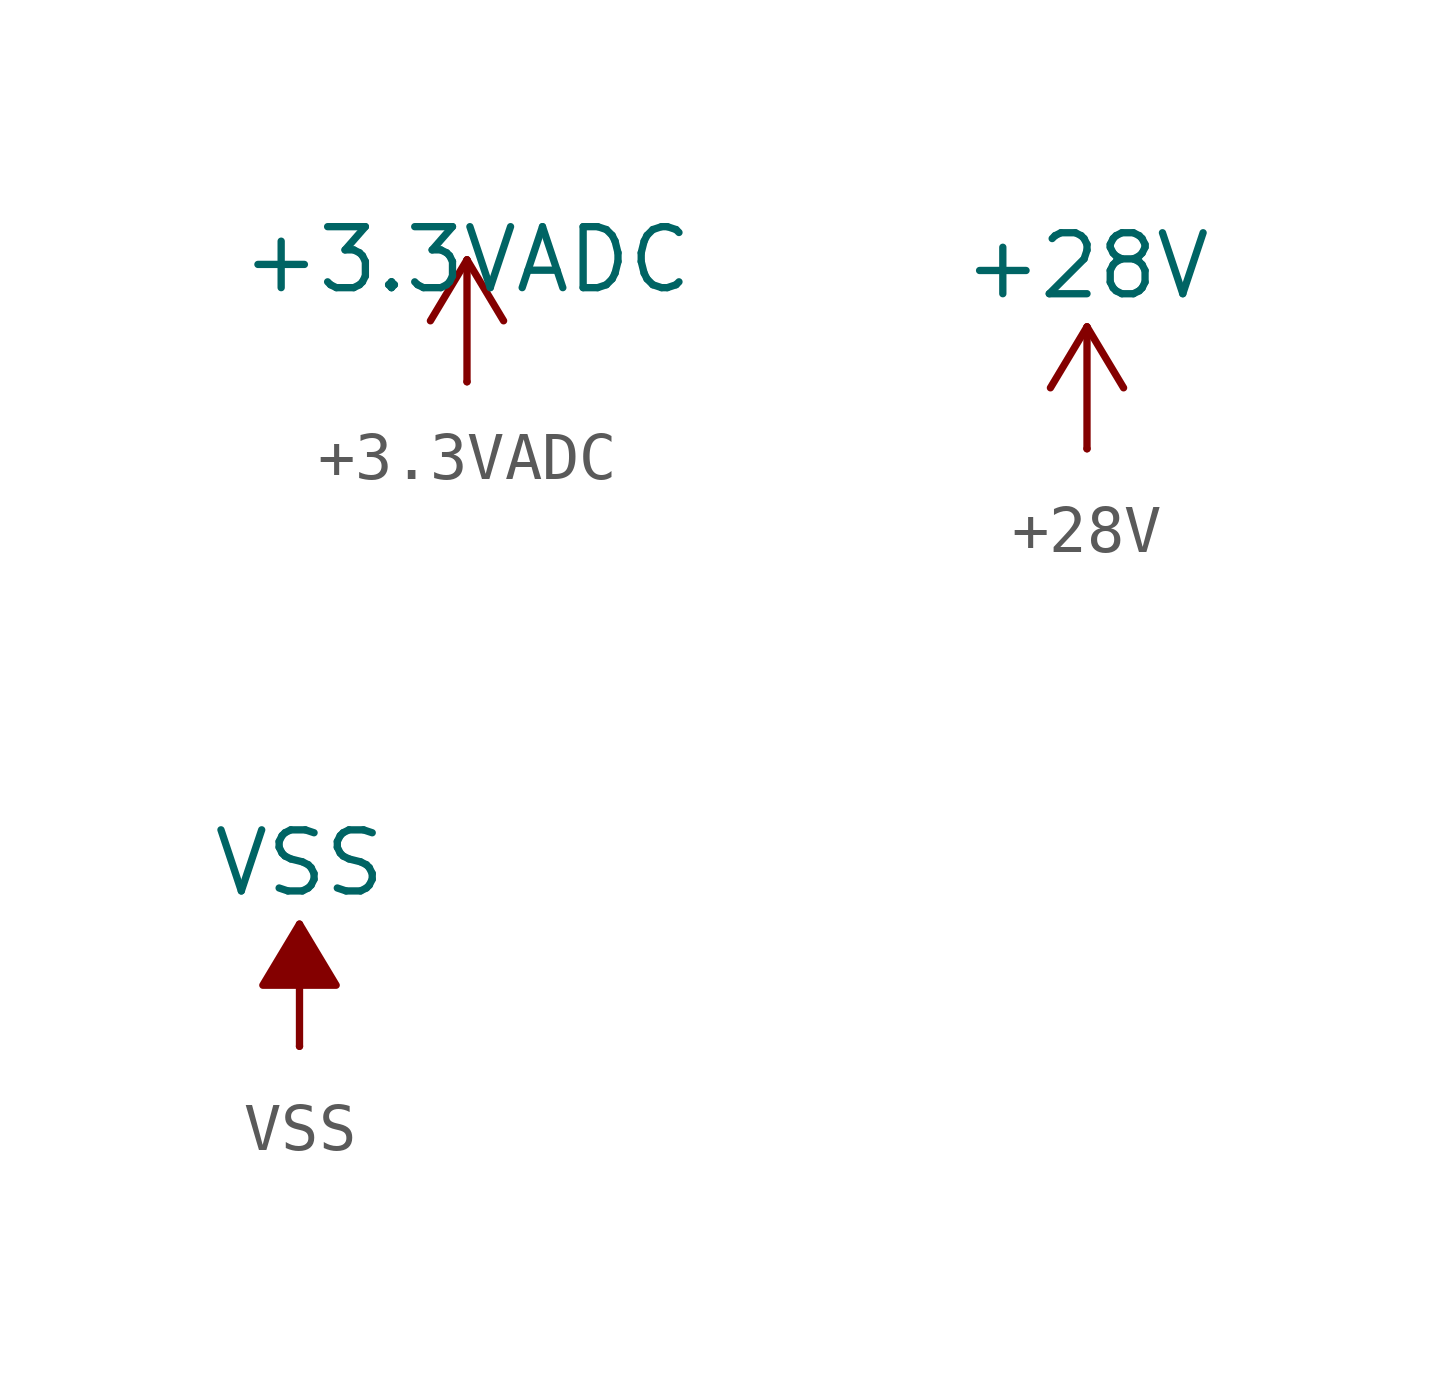
<source format=kicad_sym>
(kicad_symbol_lib
  (version 20231120)
  (generator "kicad_symbol_editor")
  (generator_version "8.0")
  (symbol "+3.3VADC"
    (power)
    (pin_numbers hide)
    (pin_names
      (offset 0) hide)
    (property "Reference" "#PWR"
      (at 3.81 -1.27 0)
      (effects (font (size 1.27 1.27)) (hide yes)))
    (property "Value" "+3.3VADC"
      (at 0 2.54 0)
      (effects (font (size 1.27 1.27))))
    (symbol "+3.3VADC_0_0"
      (pin power_in line (at 0 0 90) (length 0) (name "~" (effects (font (size 1.27 1.27)))) (number "1" (effects (font (size 1.27 1.27))))))
    (symbol "+3.3VADC_0_1"
      (polyline (pts (xy -0.762 1.27) (xy 0 2.54)) (stroke (width 0) (type default)) (fill (type none)))
      (polyline (pts (xy 0 0) (xy 0 2.54)) (stroke (width 0) (type default)) (fill (type none)))
      (polyline (pts (xy 0 2.54) (xy 0.762 1.27)) (stroke (width 0) (type default)) (fill (type none)))))
  (symbol "+28V"
    (power)
    (pin_numbers hide)
    (pin_names
      (offset 0) hide)
    (property "Reference" "#PWR"
      (at 0 -3.81 0)
      (effects (font (size 1.27 1.27)) (hide yes)))
    (property "Value" "+28V"
      (at 0 3.81 0)
      (effects (font (size 1.27 1.27))))
    (symbol "+28V_0_1"
      (polyline (pts (xy -0.762 1.27) (xy 0 2.54)) (stroke (width 0) (type default)) (fill (type none)))
      (polyline (pts (xy 0 0) (xy 0 2.54)) (stroke (width 0) (type default)) (fill (type none)))
      (polyline (pts (xy 0 2.54) (xy 0.762 1.27)) (stroke (width 0) (type default)) (fill (type none))))
    (symbol "+28V_1_1"
      (pin power_in line (at 0 0 90) (length 0) (name "~" (effects (font (size 1.27 1.27)))) (number "1" (effects (font (size 1.27 1.27)))))))
  (symbol "VSS"
    (power)
    (pin_numbers hide)
    (pin_names
      (offset 0) hide)
    (property "Reference" "#PWR"
      (at 0 -3.81 0)
      (effects (font (size 1.27 1.27)) (hide yes)))
    (property "Value" "VSS"
      (at 0 3.81 0)
      (effects (font (size 1.27 1.27))))
    (symbol "VSS_0_1"
      (polyline (pts (xy 0 0) (xy 0 2.54)) (stroke (width 0) (type default)) (fill (type none)))
      (polyline (pts (xy 0.762 1.27) (xy -0.762 1.27) (xy 0 2.54) (xy 0.762 1.27)) (stroke (width 0) (type default)) (fill (type outline))))
    (symbol "VSS_1_1"
      (pin power_in line (at 0 0 90) (length 0) (name "~" (effects (font (size 1.27 1.27)))) (number "1" (effects (font (size 1.27 1.27))))))))
</source>
